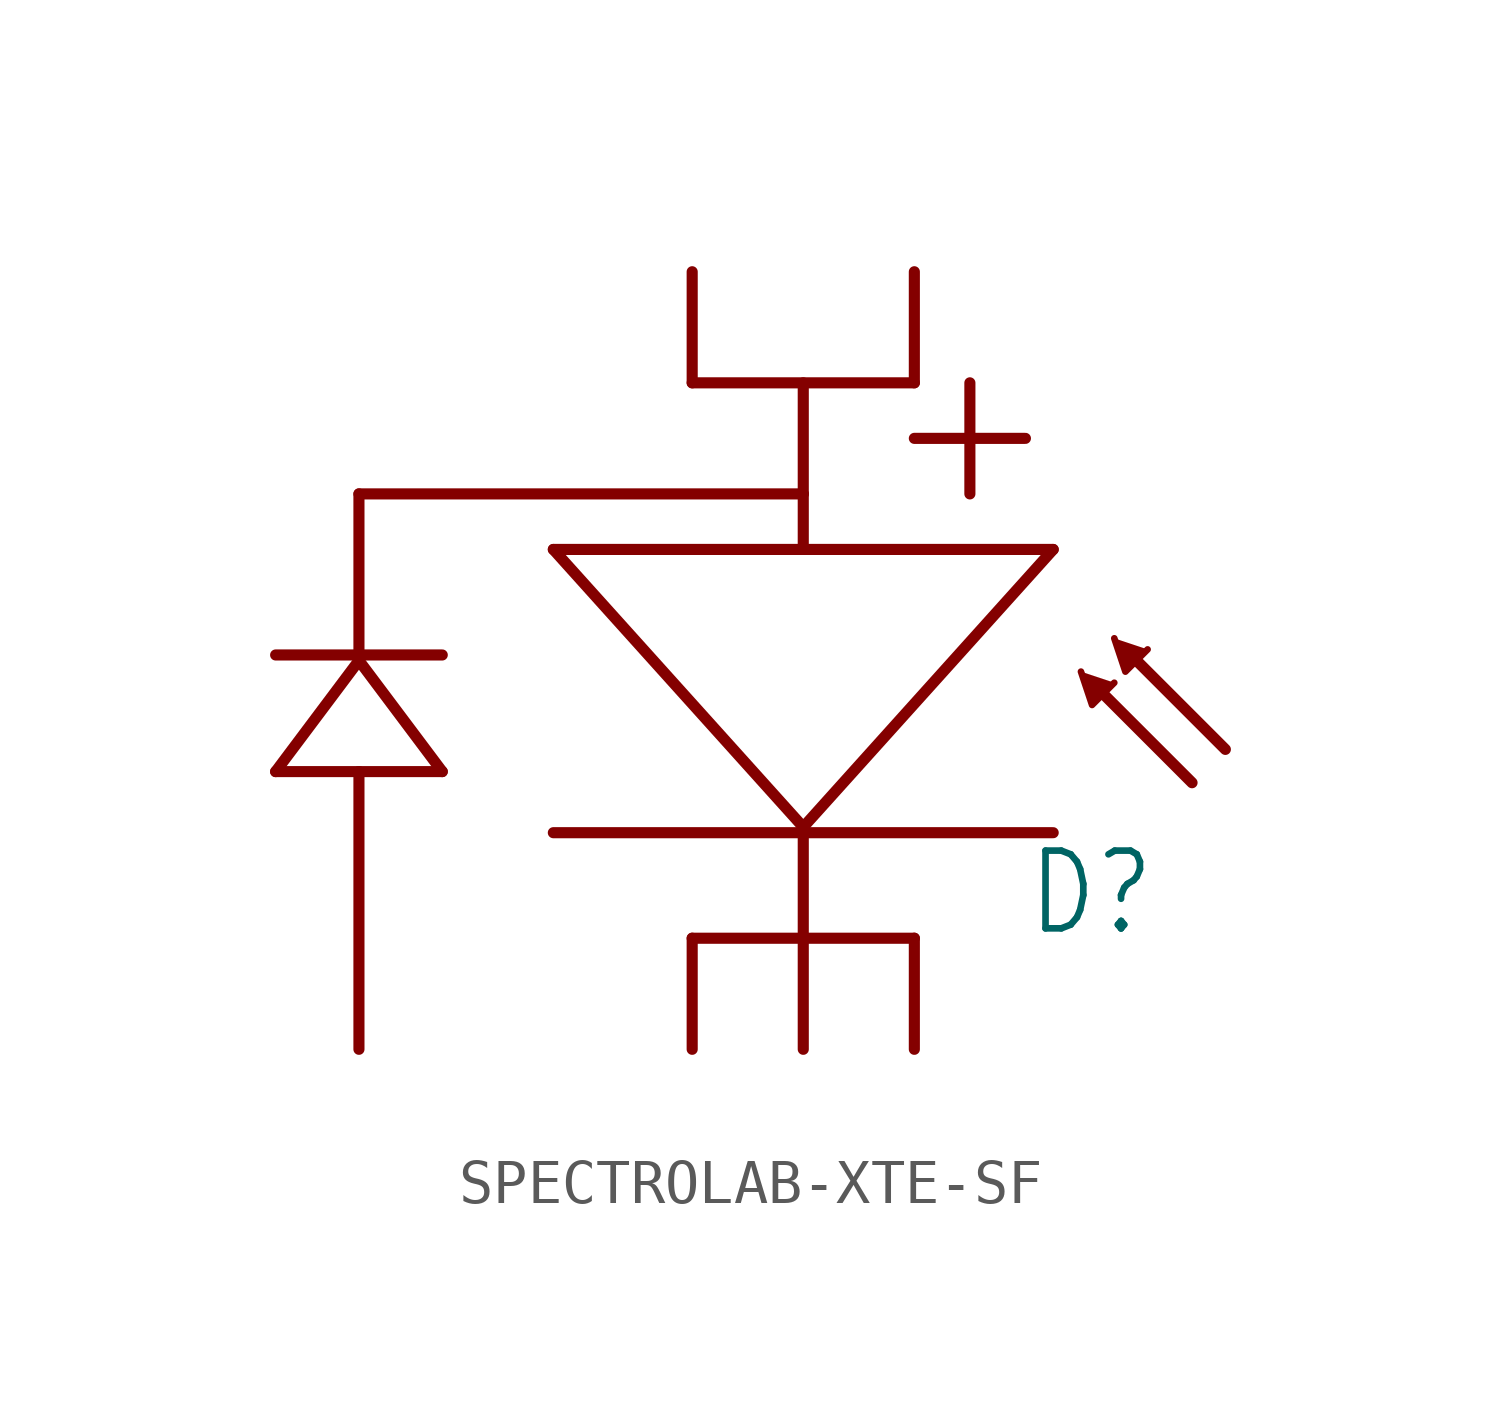
<source format=kicad_sym>
(kicad_symbol_lib
  (version 20241209)
  (generator "kicad_symbol_editor")
  (generator_version "9.0")
  (symbol "SPECTROLAB-XTE-SF"
    (property "Reference" "D"
      (at 5.08 -6.35 0)
      (effects (font (size 1.778 1.511)) (justify left bottom)))
    (property "Value" ""
      (at 5.08 -8.89 0)
      (effects (font (size 1.778 1.511)) (justify left bottom)))
    (symbol "SPECTROLAB-XTE-SF_1_0"
      (polyline (pts (xy -12.065 0.127) (xy -8.255 0.127)) (stroke (width 0.254) (type solid)) (fill (type none)))
      (polyline (pts (xy -12.065 -2.54) (xy -10.16 -2.54)) (stroke (width 0.254) (type solid)) (fill (type none)))
      (polyline (pts (xy -10.16 3.81) (xy 0 3.81)) (stroke (width 0.254) (type solid)) (fill (type none)))
      (polyline (pts (xy -10.16 0) (xy -12.065 -2.54)) (stroke (width 0.254) (type solid)) (fill (type none)))
      (polyline (pts (xy -10.16 0) (xy -10.16 3.81)) (stroke (width 0.254) (type solid)) (fill (type none)))
      (polyline (pts (xy -10.16 -2.54) (xy -10.16 -8.89)) (stroke (width 0.254) (type solid)) (fill (type none)))
      (polyline (pts (xy -10.16 -2.54) (xy -8.255 -2.54)) (stroke (width 0.254) (type solid)) (fill (type none)))
      (polyline (pts (xy -8.255 -2.54) (xy -10.16 0)) (stroke (width 0.254) (type solid)) (fill (type none)))
      (polyline (pts (xy -5.715 2.54) (xy 0 -3.81)) (stroke (width 0.254) (type solid)) (fill (type none)))
      (polyline (pts (xy -2.54 6.35) (xy -2.54 8.89)) (stroke (width 0.254) (type solid)) (fill (type none)))
      (polyline (pts (xy -2.54 6.35) (xy 2.54 6.35)) (stroke (width 0.254) (type solid)) (fill (type none)))
      (polyline (pts (xy -2.54 -6.35) (xy -2.54 -8.89)) (stroke (width 0.254) (type solid)) (fill (type none)))
      (polyline (pts (xy 0 3.81) (xy 0 6.35)) (stroke (width 0.254) (type solid)) (fill (type none)))
      (polyline (pts (xy 0 2.54) (xy -5.715 2.54)) (stroke (width 0.254) (type solid)) (fill (type none)))
      (polyline (pts (xy 0 2.54) (xy 0 3.81)) (stroke (width 0.254) (type solid)) (fill (type none)))
      (polyline (pts (xy 0 -3.81) (xy 5.715 2.54)) (stroke (width 0.254) (type solid)) (fill (type none)))
      (polyline (pts (xy 0 -6.35) (xy -2.54 -6.35)) (stroke (width 0.254) (type solid)) (fill (type none)))
      (polyline (pts (xy 0 -6.35) (xy 0 -3.81)) (stroke (width 0.254) (type solid)) (fill (type none)))
      (polyline (pts (xy 0 -8.89) (xy 0 -6.35)) (stroke (width 0.254) (type solid)) (fill (type none)))
      (polyline (pts (xy 2.54 6.35) (xy 2.54 8.89)) (stroke (width 0.254) (type solid)) (fill (type none)))
      (polyline (pts (xy 2.54 5.08) (xy 3.81 5.08)) (stroke (width 0.254) (type solid)) (fill (type none)))
      (polyline (pts (xy 2.54 -6.35) (xy 0 -6.35)) (stroke (width 0.254) (type solid)) (fill (type none)))
      (polyline (pts (xy 2.54 -8.89) (xy 2.54 -6.35)) (stroke (width 0.254) (type solid)) (fill (type none)))
      (polyline (pts (xy 3.81 5.08) (xy 3.81 6.35)) (stroke (width 0.254) (type solid)) (fill (type none)))
      (polyline (pts (xy 3.81 5.08) (xy 3.81 3.81)) (stroke (width 0.254) (type solid)) (fill (type none)))
      (polyline (pts (xy 5.08 5.08) (xy 3.81 5.08)) (stroke (width 0.254) (type solid)) (fill (type none)))
      (polyline (pts (xy 5.715 2.54) (xy 0 2.54)) (stroke (width 0.254) (type solid)) (fill (type none)))
      (polyline (pts (xy 5.715 -3.937) (xy -5.715 -3.937)) (stroke (width 0.254) (type solid)) (fill (type none)))
      (polyline (pts (xy 6.604 -0.508) (xy 8.89 -2.794)) (stroke (width 0.254) (type solid)) (fill (type none)))
      (polyline (pts (xy 7.112 -0.508) (xy 6.604 -1.016) (xy 6.35 -0.254)) (stroke (width 0.152) (type solid)) (fill (type outline)))
      (polyline (pts (xy 7.366 0.254) (xy 9.652 -2.032)) (stroke (width 0.254) (type solid)) (fill (type none)))
      (polyline (pts (xy 7.874 0.254) (xy 7.366 -0.254) (xy 7.112 0.508)) (stroke (width 0.152) (type solid)) (fill (type outline)))
      (pin passive line (at -10.16 -8.89 90) (length 0) (name "C4" (effects (font (size 0 0)))) (number "NEG4" (effects (font (size 0 0)))))
      (pin passive line (at -2.54 8.89 270) (length 0) (name "A2" (effects (font (size 0 0)))) (number "POS2" (effects (font (size 0 0)))))
      (pin passive line (at -2.54 -8.89 90) (length 0) (name "C3" (effects (font (size 0 0)))) (number "NEG3" (effects (font (size 0 0)))))
      (pin passive line (at 0 -8.89 90) (length 0) (name "C2" (effects (font (size 0 0)))) (number "NEG2" (effects (font (size 0 0)))))
      (pin passive line (at 2.54 8.89 270) (length 0) (name "A1" (effects (font (size 0 0)))) (number "POS1" (effects (font (size 0 0)))))
      (pin passive line (at 2.54 -8.89 90) (length 0) (name "C1" (effects (font (size 0 0)))) (number "NEG1" (effects (font (size 0 0))))))))
</source>
